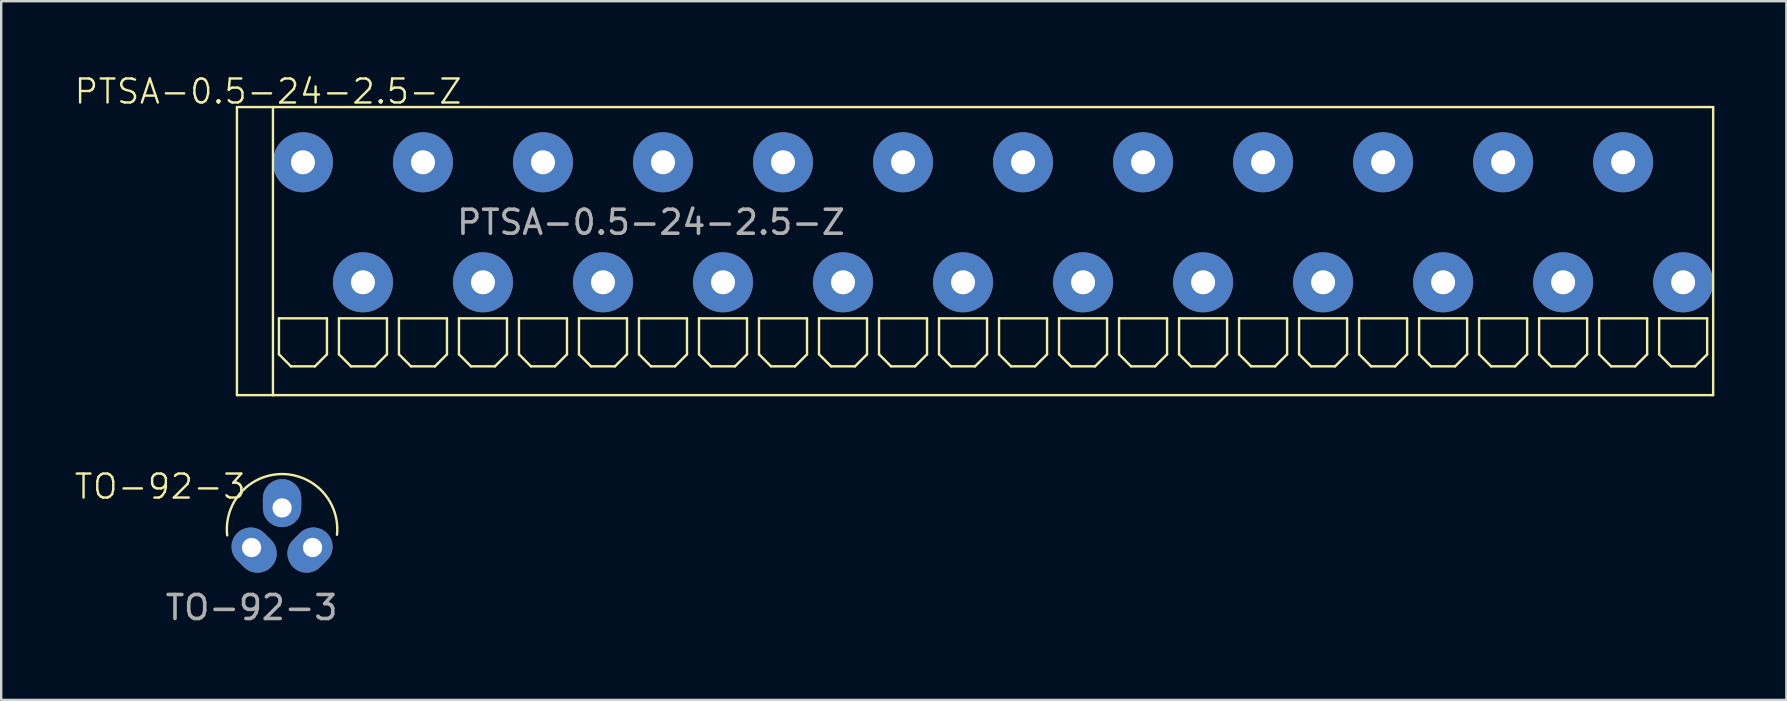
<source format=kicad_pcb>
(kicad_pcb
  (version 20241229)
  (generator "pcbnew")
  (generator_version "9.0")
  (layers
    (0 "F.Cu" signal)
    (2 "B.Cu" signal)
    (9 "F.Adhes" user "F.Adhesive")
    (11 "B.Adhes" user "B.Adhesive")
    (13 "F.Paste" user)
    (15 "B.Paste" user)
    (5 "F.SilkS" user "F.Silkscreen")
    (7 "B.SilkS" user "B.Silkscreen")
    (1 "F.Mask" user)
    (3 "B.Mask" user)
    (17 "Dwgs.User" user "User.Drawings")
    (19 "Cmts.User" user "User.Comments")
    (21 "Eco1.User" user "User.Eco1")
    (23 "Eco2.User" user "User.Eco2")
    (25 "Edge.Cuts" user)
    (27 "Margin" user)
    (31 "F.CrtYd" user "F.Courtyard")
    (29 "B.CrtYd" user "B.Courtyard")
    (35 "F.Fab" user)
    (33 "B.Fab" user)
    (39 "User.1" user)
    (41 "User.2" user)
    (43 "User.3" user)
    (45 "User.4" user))
  (footprint "PTSA-0.5-24-2.5-Z"
    (layer "F.Cu")
    (at 9.571 3.711)
    (property "Reference" "PTSA-0.5-24-2.5-Z" (at -1.45 -2.95 0) (unlocked yes) (layer "F.SilkS") (effects (font (size 1 1) (thickness 0.1))))
    (attr through_hole)
    (fp_line (start -2.75 -2.3) (end -2.75 9.7) (stroke (width 0.1) (type default)) (layer "F.SilkS"))
    (fp_line (start -2.75 9.7) (end -1.25 9.7) (stroke (width 0.1) (type default)) (layer "F.SilkS"))
    (fp_line (start -1.25 -2.3) (end -2.75 -2.3) (stroke (width 0.1) (type default)) (layer "F.SilkS"))
    (fp_line (start -1.25 -2.3) (end -1.25 9.7) (stroke (width 0.1) (type default)) (layer "F.SilkS"))
    (fp_line (start -1.25 -2.3) (end 58.75 -2.3) (stroke (width 0.1) (type default)) (layer "F.SilkS"))
    (fp_line (start -1.25 9.7) (end 58.75 9.7) (stroke (width 0.1) (type default)) (layer "F.SilkS"))
    (fp_line (start -1 6.5) (end 1 6.5) (stroke (width 0.1) (type default)) (layer "F.SilkS"))
    (fp_line (start -1 8) (end -1 6.5) (stroke (width 0.1) (type default)) (layer "F.SilkS"))
    (fp_line (start -0.5 8.5) (end -1 8) (stroke (width 0.1) (type default)) (layer "F.SilkS"))
    (fp_line (start 0.5 8.5) (end -0.5 8.5) (stroke (width 0.1) (type default)) (layer "F.SilkS"))
    (fp_line (start 1 6.5) (end 1 8) (stroke (width 0.1) (type default)) (layer "F.SilkS"))
    (fp_line (start 1 8) (end 0.5 8.5) (stroke (width 0.1) (type default)) (layer "F.SilkS"))
    (fp_line (start 1.5 6.5) (end 3.5 6.5) (stroke (width 0.1) (type default)) (layer "F.SilkS"))
    (fp_line (start 1.5 8) (end 1.5 6.5) (stroke (width 0.1) (type default)) (layer "F.SilkS"))
    (fp_line (start 2 8.5) (end 1.5 8) (stroke (width 0.1) (type default)) (layer "F.SilkS"))
    (fp_line (start 3 8.5) (end 2 8.5) (stroke (width 0.1) (type default)) (layer "F.SilkS"))
    (fp_line (start 3.5 6.5) (end 3.5 8) (stroke (width 0.1) (type default)) (layer "F.SilkS"))
    (fp_line (start 3.5 8) (end 3 8.5) (stroke (width 0.1) (type default)) (layer "F.SilkS"))
    (fp_line (start 4 6.5) (end 6 6.5) (stroke (width 0.1) (type default)) (layer "F.SilkS"))
    (fp_line (start 4 8) (end 4 6.5) (stroke (width 0.1) (type default)) (layer "F.SilkS"))
    (fp_line (start 4.5 8.5) (end 4 8) (stroke (width 0.1) (type default)) (layer "F.SilkS"))
    (fp_line (start 5.5 8.5) (end 4.5 8.5) (stroke (width 0.1) (type default)) (layer "F.SilkS"))
    (fp_line (start 6 6.5) (end 6 8) (stroke (width 0.1) (type default)) (layer "F.SilkS"))
    (fp_line (start 6 8) (end 5.5 8.5) (stroke (width 0.1) (type default)) (layer "F.SilkS"))
    (fp_line (start 6.5 6.5) (end 8.5 6.5) (stroke (width 0.1) (type default)) (layer "F.SilkS"))
    (fp_line (start 6.5 8) (end 6.5 6.5) (stroke (width 0.1) (type default)) (layer "F.SilkS"))
    (fp_line (start 7 8.5) (end 6.5 8) (stroke (width 0.1) (type default)) (layer "F.SilkS"))
    (fp_line (start 8 8.5) (end 7 8.5) (stroke (width 0.1) (type default)) (layer "F.SilkS"))
    (fp_line (start 8.5 6.5) (end 8.5 8) (stroke (width 0.1) (type default)) (layer "F.SilkS"))
    (fp_line (start 8.5 8) (end 8 8.5) (stroke (width 0.1) (type default)) (layer "F.SilkS"))
    (fp_line (start 9 6.5) (end 11 6.5) (stroke (width 0.1) (type default)) (layer "F.SilkS"))
    (fp_line (start 9 8) (end 9 6.5) (stroke (width 0.1) (type default)) (layer "F.SilkS"))
    (fp_line (start 9.5 8.5) (end 9 8) (stroke (width 0.1) (type default)) (layer "F.SilkS"))
    (fp_line (start 10.5 8.5) (end 9.5 8.5) (stroke (width 0.1) (type default)) (layer "F.SilkS"))
    (fp_line (start 11 6.5) (end 11 8) (stroke (width 0.1) (type default)) (layer "F.SilkS"))
    (fp_line (start 11 8) (end 10.5 8.5) (stroke (width 0.1) (type default)) (layer "F.SilkS"))
    (fp_line (start 11.5 6.5) (end 13.5 6.5) (stroke (width 0.1) (type default)) (layer "F.SilkS"))
    (fp_line (start 11.5 8) (end 11.5 6.5) (stroke (width 0.1) (type default)) (layer "F.SilkS"))
    (fp_line (start 12 8.5) (end 11.5 8) (stroke (width 0.1) (type default)) (layer "F.SilkS"))
    (fp_line (start 13 8.5) (end 12 8.5) (stroke (width 0.1) (type default)) (layer "F.SilkS"))
    (fp_line (start 13.5 6.5) (end 13.5 8) (stroke (width 0.1) (type default)) (layer "F.SilkS"))
    (fp_line (start 13.5 8) (end 13 8.5) (stroke (width 0.1) (type default)) (layer "F.SilkS"))
    (fp_line (start 14 6.5) (end 16 6.5) (stroke (width 0.1) (type default)) (layer "F.SilkS"))
    (fp_line (start 14 8) (end 14 6.5) (stroke (width 0.1) (type default)) (layer "F.SilkS"))
    (fp_line (start 14.5 8.5) (end 14 8) (stroke (width 0.1) (type default)) (layer "F.SilkS"))
    (fp_line (start 15.5 8.5) (end 14.5 8.5) (stroke (width 0.1) (type default)) (layer "F.SilkS"))
    (fp_line (start 16 6.5) (end 16 8) (stroke (width 0.1) (type default)) (layer "F.SilkS"))
    (fp_line (start 16 8) (end 15.5 8.5) (stroke (width 0.1) (type default)) (layer "F.SilkS"))
    (fp_line (start 16.5 6.5) (end 18.5 6.5) (stroke (width 0.1) (type default)) (layer "F.SilkS"))
    (fp_line (start 16.5 8) (end 16.5 6.5) (stroke (width 0.1) (type default)) (layer "F.SilkS"))
    (fp_line (start 17 8.5) (end 16.5 8) (stroke (width 0.1) (type default)) (layer "F.SilkS"))
    (fp_line (start 18 8.5) (end 17 8.5) (stroke (width 0.1) (type default)) (layer "F.SilkS"))
    (fp_line (start 18.5 6.5) (end 18.5 8) (stroke (width 0.1) (type default)) (layer "F.SilkS"))
    (fp_line (start 18.5 8) (end 18 8.5) (stroke (width 0.1) (type default)) (layer "F.SilkS"))
    (fp_line (start 19 6.5) (end 21 6.5) (stroke (width 0.1) (type default)) (layer "F.SilkS"))
    (fp_line (start 19 8) (end 19 6.5) (stroke (width 0.1) (type default)) (layer "F.SilkS"))
    (fp_line (start 19.5 8.5) (end 19 8) (stroke (width 0.1) (type default)) (layer "F.SilkS"))
    (fp_line (start 20.5 8.5) (end 19.5 8.5) (stroke (width 0.1) (type default)) (layer "F.SilkS"))
    (fp_line (start 21 6.5) (end 21 8) (stroke (width 0.1) (type default)) (layer "F.SilkS"))
    (fp_line (start 21 8) (end 20.5 8.5) (stroke (width 0.1) (type default)) (layer "F.SilkS"))
    (fp_line (start 21.5 6.5) (end 23.5 6.5) (stroke (width 0.1) (type default)) (layer "F.SilkS"))
    (fp_line (start 21.5 8) (end 21.5 6.5) (stroke (width 0.1) (type default)) (layer "F.SilkS"))
    (fp_line (start 22 8.5) (end 21.5 8) (stroke (width 0.1) (type default)) (layer "F.SilkS"))
    (fp_line (start 23 8.5) (end 22 8.5) (stroke (width 0.1) (type default)) (layer "F.SilkS"))
    (fp_line (start 23.5 6.5) (end 23.5 8) (stroke (width 0.1) (type default)) (layer "F.SilkS"))
    (fp_line (start 23.5 8) (end 23 8.5) (stroke (width 0.1) (type default)) (layer "F.SilkS"))
    (fp_line (start 24 6.5) (end 26 6.5) (stroke (width 0.1) (type default)) (layer "F.SilkS"))
    (fp_line (start 24 8) (end 24 6.5) (stroke (width 0.1) (type default)) (layer "F.SilkS"))
    (fp_line (start 24.5 8.5) (end 24 8) (stroke (width 0.1) (type default)) (layer "F.SilkS"))
    (fp_line (start 25.5 8.5) (end 24.5 8.5) (stroke (width 0.1) (type default)) (layer "F.SilkS"))
    (fp_line (start 26 6.5) (end 26 8) (stroke (width 0.1) (type default)) (layer "F.SilkS"))
    (fp_line (start 26 8) (end 25.5 8.5) (stroke (width 0.1) (type default)) (layer "F.SilkS"))
    (fp_line (start 26.5 6.5) (end 28.5 6.5) (stroke (width 0.1) (type default)) (layer "F.SilkS"))
    (fp_line (start 26.5 8) (end 26.5 6.5) (stroke (width 0.1) (type default)) (layer "F.SilkS"))
    (fp_line (start 27 8.5) (end 26.5 8) (stroke (width 0.1) (type default)) (layer "F.SilkS"))
    (fp_line (start 28 8.5) (end 27 8.5) (stroke (width 0.1) (type default)) (layer "F.SilkS"))
    (fp_line (start 28.5 6.5) (end 28.5 8) (stroke (width 0.1) (type default)) (layer "F.SilkS"))
    (fp_line (start 28.5 8) (end 28 8.5) (stroke (width 0.1) (type default)) (layer "F.SilkS"))
    (fp_line (start 29 6.5) (end 31 6.5) (stroke (width 0.1) (type default)) (layer "F.SilkS"))
    (fp_line (start 29 8) (end 29 6.5) (stroke (width 0.1) (type default)) (layer "F.SilkS"))
    (fp_line (start 29.5 8.5) (end 29 8) (stroke (width 0.1) (type default)) (layer "F.SilkS"))
    (fp_line (start 30.5 8.5) (end 29.5 8.5) (stroke (width 0.1) (type default)) (layer "F.SilkS"))
    (fp_line (start 31 6.5) (end 31 8) (stroke (width 0.1) (type default)) (layer "F.SilkS"))
    (fp_line (start 31 8) (end 30.5 8.5) (stroke (width 0.1) (type default)) (layer "F.SilkS"))
    (fp_line (start 31.5 6.5) (end 33.5 6.5) (stroke (width 0.1) (type default)) (layer "F.SilkS"))
    (fp_line (start 31.5 8) (end 31.5 6.5) (stroke (width 0.1) (type default)) (layer "F.SilkS"))
    (fp_line (start 32 8.5) (end 31.5 8) (stroke (width 0.1) (type default)) (layer "F.SilkS"))
    (fp_line (start 33 8.5) (end 32 8.5) (stroke (width 0.1) (type default)) (layer "F.SilkS"))
    (fp_line (start 33.5 6.5) (end 33.5 8) (stroke (width 0.1) (type default)) (layer "F.SilkS"))
    (fp_line (start 33.5 8) (end 33 8.5) (stroke (width 0.1) (type default)) (layer "F.SilkS"))
    (fp_line (start 34 6.5) (end 36 6.5) (stroke (width 0.1) (type default)) (layer "F.SilkS"))
    (fp_line (start 34 8) (end 34 6.5) (stroke (width 0.1) (type default)) (layer "F.SilkS"))
    (fp_line (start 34.5 8.5) (end 34 8) (stroke (width 0.1) (type default)) (layer "F.SilkS"))
    (fp_line (start 35.5 8.5) (end 34.5 8.5) (stroke (width 0.1) (type default)) (layer "F.SilkS"))
    (fp_line (start 36 6.5) (end 36 8) (stroke (width 0.1) (type default)) (layer "F.SilkS"))
    (fp_line (start 36 8) (end 35.5 8.5) (stroke (width 0.1) (type default)) (layer "F.SilkS"))
    (fp_line (start 36.5 6.5) (end 38.5 6.5) (stroke (width 0.1) (type default)) (layer "F.SilkS"))
    (fp_line (start 36.5 8) (end 36.5 6.5) (stroke (width 0.1) (type default)) (layer "F.SilkS"))
    (fp_line (start 37 8.5) (end 36.5 8) (stroke (width 0.1) (type default)) (layer "F.SilkS"))
    (fp_line (start 38 8.5) (end 37 8.5) (stroke (width 0.1) (type default)) (layer "F.SilkS"))
    (fp_line (start 38.5 6.5) (end 38.5 8) (stroke (width 0.1) (type default)) (layer "F.SilkS"))
    (fp_line (start 38.5 8) (end 38 8.5) (stroke (width 0.1) (type default)) (layer "F.SilkS"))
    (fp_line (start 39 6.5) (end 41 6.5) (stroke (width 0.1) (type default)) (layer "F.SilkS"))
    (fp_line (start 39 8) (end 39 6.5) (stroke (width 0.1) (type default)) (layer "F.SilkS"))
    (fp_line (start 39.5 8.5) (end 39 8) (stroke (width 0.1) (type default)) (layer "F.SilkS"))
    (fp_line (start 40.5 8.5) (end 39.5 8.5) (stroke (width 0.1) (type default)) (layer "F.SilkS"))
    (fp_line (start 41 6.5) (end 41 8) (stroke (width 0.1) (type default)) (layer "F.SilkS"))
    (fp_line (start 41 8) (end 40.5 8.5) (stroke (width 0.1) (type default)) (layer "F.SilkS"))
    (fp_line (start 41.5 6.5) (end 43.5 6.5) (stroke (width 0.1) (type default)) (layer "F.SilkS"))
    (fp_line (start 41.5 8) (end 41.5 6.5) (stroke (width 0.1) (type default)) (layer "F.SilkS"))
    (fp_line (start 42 8.5) (end 41.5 8) (stroke (width 0.1) (type default)) (layer "F.SilkS"))
    (fp_line (start 43 8.5) (end 42 8.5) (stroke (width 0.1) (type default)) (layer "F.SilkS"))
    (fp_line (start 43.5 6.5) (end 43.5 8) (stroke (width 0.1) (type default)) (layer "F.SilkS"))
    (fp_line (start 43.5 8) (end 43 8.5) (stroke (width 0.1) (type default)) (layer "F.SilkS"))
    (fp_line (start 44 6.5) (end 46 6.5) (stroke (width 0.1) (type default)) (layer "F.SilkS"))
    (fp_line (start 44 8) (end 44 6.5) (stroke (width 0.1) (type default)) (layer "F.SilkS"))
    (fp_line (start 44.5 8.5) (end 44 8) (stroke (width 0.1) (type default)) (layer "F.SilkS"))
    (fp_line (start 45.5 8.5) (end 44.5 8.5) (stroke (width 0.1) (type default)) (layer "F.SilkS"))
    (fp_line (start 46 6.5) (end 46 8) (stroke (width 0.1) (type default)) (layer "F.SilkS"))
    (fp_line (start 46 8) (end 45.5 8.5) (stroke (width 0.1) (type default)) (layer "F.SilkS"))
    (fp_line (start 46.5 6.5) (end 48.5 6.5) (stroke (width 0.1) (type default)) (layer "F.SilkS"))
    (fp_line (start 46.5 8) (end 46.5 6.5) (stroke (width 0.1) (type default)) (layer "F.SilkS"))
    (fp_line (start 47 8.5) (end 46.5 8) (stroke (width 0.1) (type default)) (layer "F.SilkS"))
    (fp_line (start 48 8.5) (end 47 8.5) (stroke (width 0.1) (type default)) (layer "F.SilkS"))
    (fp_line (start 48.5 6.5) (end 48.5 8) (stroke (width 0.1) (type default)) (layer "F.SilkS"))
    (fp_line (start 48.5 8) (end 48 8.5) (stroke (width 0.1) (type default)) (layer "F.SilkS"))
    (fp_line (start 49 6.5) (end 51 6.5) (stroke (width 0.1) (type default)) (layer "F.SilkS"))
    (fp_line (start 49 8) (end 49 6.5) (stroke (width 0.1) (type default)) (layer "F.SilkS"))
    (fp_line (start 49.5 8.5) (end 49 8) (stroke (width 0.1) (type default)) (layer "F.SilkS"))
    (fp_line (start 50.5 8.5) (end 49.5 8.5) (stroke (width 0.1) (type default)) (layer "F.SilkS"))
    (fp_line (start 51 6.5) (end 51 8) (stroke (width 0.1) (type default)) (layer "F.SilkS"))
    (fp_line (start 51 8) (end 50.5 8.5) (stroke (width 0.1) (type default)) (layer "F.SilkS"))
    (fp_line (start 51.5 6.5) (end 53.5 6.5) (stroke (width 0.1) (type default)) (layer "F.SilkS"))
    (fp_line (start 51.5 8) (end 51.5 6.5) (stroke (width 0.1) (type default)) (layer "F.SilkS"))
    (fp_line (start 52 8.5) (end 51.5 8) (stroke (width 0.1) (type default)) (layer "F.SilkS"))
    (fp_line (start 53 8.5) (end 52 8.5) (stroke (width 0.1) (type default)) (layer "F.SilkS"))
    (fp_line (start 53.5 6.5) (end 53.5 8) (stroke (width 0.1) (type default)) (layer "F.SilkS"))
    (fp_line (start 53.5 8) (end 53 8.5) (stroke (width 0.1) (type default)) (layer "F.SilkS"))
    (fp_line (start 54 6.5) (end 56 6.5) (stroke (width 0.1) (type default)) (layer "F.SilkS"))
    (fp_line (start 54 8) (end 54 6.5) (stroke (width 0.1) (type default)) (layer "F.SilkS"))
    (fp_line (start 54.5 8.5) (end 54 8) (stroke (width 0.1) (type default)) (layer "F.SilkS"))
    (fp_line (start 55.5 8.5) (end 54.5 8.5) (stroke (width 0.1) (type default)) (layer "F.SilkS"))
    (fp_line (start 56 6.5) (end 56 8) (stroke (width 0.1) (type default)) (layer "F.SilkS"))
    (fp_line (start 56 8) (end 55.5 8.5) (stroke (width 0.1) (type default)) (layer "F.SilkS"))
    (fp_line (start 56.5 6.5) (end 58.5 6.5) (stroke (width 0.1) (type default)) (layer "F.SilkS"))
    (fp_line (start 56.5 8) (end 56.5 6.5) (stroke (width 0.1) (type default)) (layer "F.SilkS"))
    (fp_line (start 57 8.5) (end 56.5 8) (stroke (width 0.1) (type default)) (layer "F.SilkS"))
    (fp_line (start 58 8.5) (end 57 8.5) (stroke (width 0.1) (type default)) (layer "F.SilkS"))
    (fp_line (start 58.5 6.5) (end 58.5 8) (stroke (width 0.1) (type default)) (layer "F.SilkS"))
    (fp_line (start 58.5 8) (end 58 8.5) (stroke (width 0.1) (type default)) (layer "F.SilkS"))
    (fp_line (start 58.75 9.7) (end 58.75 -2.3) (stroke (width 0.1) (type default)) (layer "F.SilkS"))
    (fp_text user "${REFERENCE}" (at 14.5 2.5 0) (unlocked yes) (layer "F.Fab") (effects (font (size 1 1) (thickness 0.15))))
    (pad "1" thru_hole circle (at 0 0) (size 2.5 2.5) (drill 1) (layers "*.Cu" "*.Mask"))
    (pad "2" thru_hole circle (at 2.5 5) (size 2.5 2.5) (drill 1) (layers "*.Cu" "*.Mask"))
    (pad "3" thru_hole circle (at 5 0) (size 2.5 2.5) (drill 1) (layers "*.Cu" "*.Mask"))
    (pad "4" thru_hole circle (at 7.5 5) (size 2.5 2.5) (drill 1) (layers "*.Cu" "*.Mask"))
    (pad "5" thru_hole circle (at 10 0) (size 2.5 2.5) (drill 1) (layers "*.Cu" "*.Mask"))
    (pad "6" thru_hole circle (at 12.5 5) (size 2.5 2.5) (drill 1) (layers "*.Cu" "*.Mask"))
    (pad "7" thru_hole circle (at 15 0) (size 2.5 2.5) (drill 1) (layers "*.Cu" "*.Mask"))
    (pad "8" thru_hole circle (at 17.5 5) (size 2.5 2.5) (drill 1) (layers "*.Cu" "*.Mask"))
    (pad "9" thru_hole circle (at 20 0) (size 2.5 2.5) (drill 1) (layers "*.Cu" "*.Mask"))
    (pad "10" thru_hole circle (at 22.5 5) (size 2.5 2.5) (drill 1) (layers "*.Cu" "*.Mask"))
    (pad "11" thru_hole circle (at 25 0) (size 2.5 2.5) (drill 1) (layers "*.Cu" "*.Mask"))
    (pad "12" thru_hole circle (at 27.5 5) (size 2.5 2.5) (drill 1) (layers "*.Cu" "*.Mask"))
    (pad "13" thru_hole circle (at 30 0) (size 2.5 2.5) (drill 1) (layers "*.Cu" "*.Mask"))
    (pad "14" thru_hole circle (at 32.5 5) (size 2.5 2.5) (drill 1) (layers "*.Cu" "*.Mask"))
    (pad "15" thru_hole circle (at 35 0) (size 2.5 2.5) (drill 1) (layers "*.Cu" "*.Mask"))
    (pad "16" thru_hole circle (at 37.5 5) (size 2.5 2.5) (drill 1) (layers "*.Cu" "*.Mask"))
    (pad "17" thru_hole circle (at 40 0) (size 2.5 2.5) (drill 1) (layers "*.Cu" "*.Mask"))
    (pad "18" thru_hole circle (at 42.5 5) (size 2.5 2.5) (drill 1) (layers "*.Cu" "*.Mask"))
    (pad "19" thru_hole circle (at 45 0) (size 2.5 2.5) (drill 1) (layers "*.Cu" "*.Mask"))
    (pad "20" thru_hole circle (at 47.5 5) (size 2.5 2.5) (drill 1) (layers "*.Cu" "*.Mask"))
    (pad "21" thru_hole circle (at 50 0) (size 2.5 2.5) (drill 1) (layers "*.Cu" "*.Mask"))
    (pad "22" thru_hole circle (at 52.5 5) (size 2.5 2.5) (drill 1) (layers "*.Cu" "*.Mask"))
    (pad "23" thru_hole circle (at 55 0) (size 2.5 2.5) (drill 1) (layers "*.Cu" "*.Mask"))
    (pad "24" thru_hole circle (at 57.5 5) (size 2.5 2.5) (drill 1) (layers "*.Cu" "*.Mask")))
  (footprint "TO-92-3"
    (layer "F.Cu")
    (at 7.431 19.761)
    (property "Reference" "TO-92-3" (at -3.81 -2.54 0) (unlocked yes) (layer "F.SilkS") (effects (font (size 1 1) (thickness 0.1))))
    (attr through_hole)
    (fp_arc (start -1.016 -0.508) (mid 1.257363 -3.062033) (end 3.558653 -0.533135) (stroke (width 0.1) (type default)) (layer "F.SilkS"))
    (fp_text user "${REFERENCE}" (at 0 2.5 0) (unlocked yes) (layer "F.Fab") (effects (font (size 1 1) (thickness 0.15))))
    (pad "1" thru_hole oval (at 0 0 45) (size 1.6 2) (drill 0.8 (offset 0 0.15)) (layers "*.Cu" "*.Mask"))
    (pad "2" thru_hole oval (at 1.27 -1.651) (size 1.6 2) (drill 0.8 (offset 0 -0.2)) (layers "*.Cu" "*.Mask"))
    (pad "3" thru_hole oval (at 2.54 0 315) (size 1.6 2) (drill 0.8 (offset 0 0.15)) (layers "*.Cu" "*.Mask")))
  (gr_rect
    (start -3 -3)
    (end 71.371 26.109)
    (stroke (width 0.1) (type default))
    (fill no)
    (layer "Edge.Cuts")))
</source>
